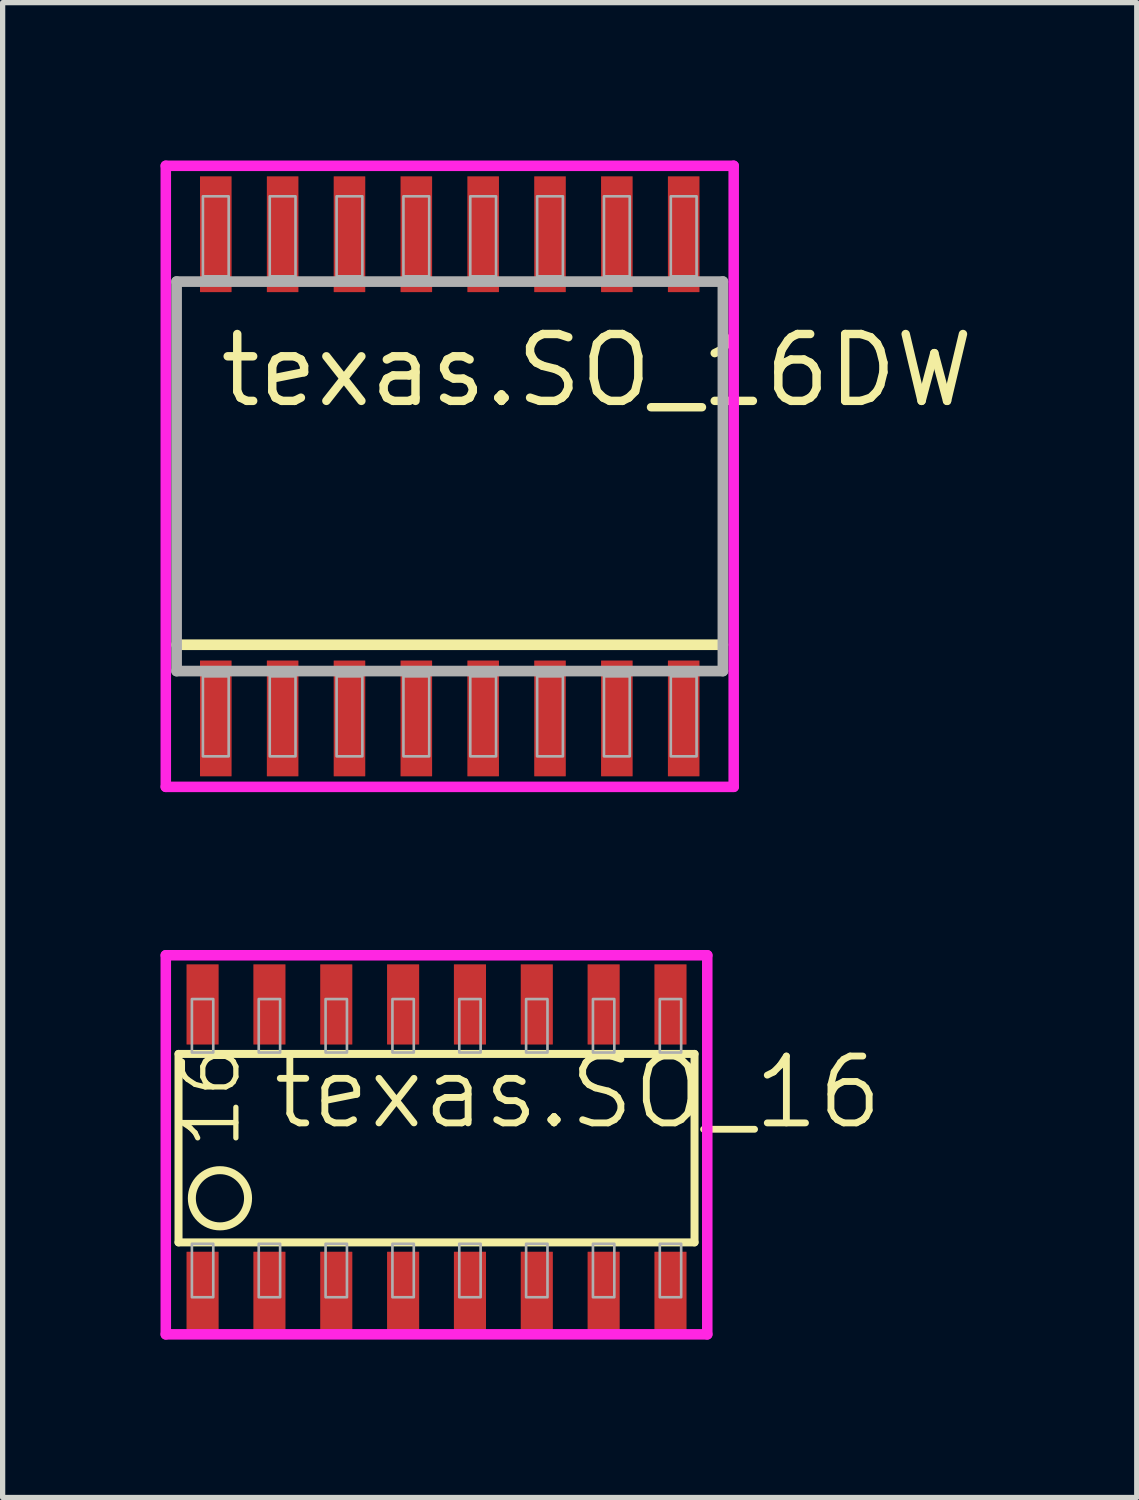
<source format=kicad_pcb>
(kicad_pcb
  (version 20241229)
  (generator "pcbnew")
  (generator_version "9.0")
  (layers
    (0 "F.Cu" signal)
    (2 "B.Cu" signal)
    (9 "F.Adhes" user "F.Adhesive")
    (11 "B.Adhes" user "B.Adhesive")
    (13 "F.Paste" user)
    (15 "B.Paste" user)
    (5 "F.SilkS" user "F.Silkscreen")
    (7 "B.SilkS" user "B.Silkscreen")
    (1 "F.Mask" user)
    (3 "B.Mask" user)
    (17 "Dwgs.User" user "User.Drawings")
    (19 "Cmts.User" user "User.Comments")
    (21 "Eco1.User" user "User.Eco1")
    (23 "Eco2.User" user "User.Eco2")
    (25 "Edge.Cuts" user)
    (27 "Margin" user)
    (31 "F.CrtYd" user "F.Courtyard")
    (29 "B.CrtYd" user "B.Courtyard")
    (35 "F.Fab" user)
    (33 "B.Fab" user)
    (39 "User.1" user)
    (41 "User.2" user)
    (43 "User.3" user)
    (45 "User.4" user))
  (footprint "texas.SO_16DW"
    (layer "F.Cu")
    (at 5.495 6)
    (property "Reference" "texas.SO_16DW" (at -4.445 -1.27 0) (layer "F.SilkS") (effects (font (size 1.27 1.27) (thickness 0.16)) (justify left bottom)))
    (attr smd)
    (fp_line (start 5.19 3.2) (end -5.19 3.2) (stroke (width 0.203) (type default)) (layer "F.SilkS"))
    (fp_line (start -5.395 -5.9) (end 5.395 -5.9) (stroke (width 0.2) (type default)) (layer "F.CrtYd"))
    (fp_line (start -5.395 5.9) (end -5.395 -5.9) (stroke (width 0.2) (type default)) (layer "F.CrtYd"))
    (fp_line (start 5.395 -5.9) (end 5.395 5.9) (stroke (width 0.2) (type default)) (layer "F.CrtYd"))
    (fp_line (start 5.395 5.9) (end -5.395 5.9) (stroke (width 0.2) (type default)) (layer "F.CrtYd"))
    (fp_line (start -5.19 -3.7) (end 5.19 -3.7) (stroke (width 0.203) (type default)) (layer "F.Fab"))
    (fp_line (start -5.19 3.7) (end -5.19 -3.7) (stroke (width 0.203) (type default)) (layer "F.Fab"))
    (fp_line (start 5.19 -3.7) (end 5.19 3.7) (stroke (width 0.203) (type default)) (layer "F.Fab"))
    (fp_line (start 5.19 3.7) (end -5.19 3.7) (stroke (width 0.203) (type default)) (layer "F.Fab"))
    (fp_rect (start -4.69 -3.8) (end -4.2 -5.32) (stroke (width 0.05) (type default)) (fill no) (layer "F.Fab"))
    (fp_rect (start -4.69 5.32) (end -4.2 3.8) (stroke (width 0.05) (type default)) (fill no) (layer "F.Fab"))
    (fp_rect (start -3.42 -3.8) (end -2.93 -5.32) (stroke (width 0.05) (type default)) (fill no) (layer "F.Fab"))
    (fp_rect (start -3.42 5.32) (end -2.93 3.8) (stroke (width 0.05) (type default)) (fill no) (layer "F.Fab"))
    (fp_rect (start -2.15 -3.8) (end -1.66 -5.32) (stroke (width 0.05) (type default)) (fill no) (layer "F.Fab"))
    (fp_rect (start -2.15 5.32) (end -1.66 3.8) (stroke (width 0.05) (type default)) (fill no) (layer "F.Fab"))
    (fp_rect (start -0.88 -3.8) (end -0.39 -5.32) (stroke (width 0.05) (type default)) (fill no) (layer "F.Fab"))
    (fp_rect (start -0.88 5.32) (end -0.39 3.8) (stroke (width 0.05) (type default)) (fill no) (layer "F.Fab"))
    (fp_rect (start 0.39 -3.8) (end 0.88 -5.32) (stroke (width 0.05) (type default)) (fill no) (layer "F.Fab"))
    (fp_rect (start 0.39 5.32) (end 0.88 3.8) (stroke (width 0.05) (type default)) (fill no) (layer "F.Fab"))
    (fp_rect (start 1.66 -3.8) (end 2.15 -5.32) (stroke (width 0.05) (type default)) (fill no) (layer "F.Fab"))
    (fp_rect (start 1.66 5.32) (end 2.15 3.8) (stroke (width 0.05) (type default)) (fill no) (layer "F.Fab"))
    (fp_rect (start 2.93 -3.8) (end 3.42 -5.32) (stroke (width 0.05) (type default)) (fill no) (layer "F.Fab"))
    (fp_rect (start 2.93 5.32) (end 3.42 3.8) (stroke (width 0.05) (type default)) (fill no) (layer "F.Fab"))
    (fp_rect (start 4.2 -3.8) (end 4.69 -5.32) (stroke (width 0.05) (type default)) (fill no) (layer "F.Fab"))
    (fp_rect (start 4.2 5.32) (end 4.69 3.8) (stroke (width 0.05) (type default)) (fill no) (layer "F.Fab"))
    (pad "1" smd roundrect (at -4.445 4.6) (size 0.6 2.2) (layers "F.Cu" "F.Mask" "F.Paste") (roundrect_rratio 0.01))
    (pad "2" smd roundrect (at -3.175 4.6) (size 0.6 2.2) (layers "F.Cu" "F.Mask" "F.Paste") (roundrect_rratio 0.01))
    (pad "3" smd roundrect (at -1.905 4.6) (size 0.6 2.2) (layers "F.Cu" "F.Mask" "F.Paste") (roundrect_rratio 0.01))
    (pad "4" smd roundrect (at -0.635 4.6) (size 0.6 2.2) (layers "F.Cu" "F.Mask" "F.Paste") (roundrect_rratio 0.01))
    (pad "5" smd roundrect (at 0.635 4.6) (size 0.6 2.2) (layers "F.Cu" "F.Mask" "F.Paste") (roundrect_rratio 0.01))
    (pad "6" smd roundrect (at 1.905 4.6) (size 0.6 2.2) (layers "F.Cu" "F.Mask" "F.Paste") (roundrect_rratio 0.01))
    (pad "7" smd roundrect (at 3.175 4.6) (size 0.6 2.2) (layers "F.Cu" "F.Mask" "F.Paste") (roundrect_rratio 0.01))
    (pad "8" smd roundrect (at 4.445 4.6) (size 0.6 2.2) (layers "F.Cu" "F.Mask" "F.Paste") (roundrect_rratio 0.01))
    (pad "9" smd roundrect (at 4.445 -4.6) (size 0.6 2.2) (layers "F.Cu" "F.Mask" "F.Paste") (roundrect_rratio 0.01))
    (pad "10" smd roundrect (at 3.175 -4.6) (size 0.6 2.2) (layers "F.Cu" "F.Mask" "F.Paste") (roundrect_rratio 0.01))
    (pad "11" smd roundrect (at 1.905 -4.6) (size 0.6 2.2) (layers "F.Cu" "F.Mask" "F.Paste") (roundrect_rratio 0.01))
    (pad "12" smd roundrect (at 0.635 -4.6) (size 0.6 2.2) (layers "F.Cu" "F.Mask" "F.Paste") (roundrect_rratio 0.01))
    (pad "13" smd roundrect (at -0.635 -4.6) (size 0.6 2.2) (layers "F.Cu" "F.Mask" "F.Paste") (roundrect_rratio 0.01))
    (pad "14" smd roundrect (at -1.905 -4.6) (size 0.6 2.2) (layers "F.Cu" "F.Mask" "F.Paste") (roundrect_rratio 0.01))
    (pad "15" smd roundrect (at -3.175 -4.6) (size 0.6 2.2) (layers "F.Cu" "F.Mask" "F.Paste") (roundrect_rratio 0.01))
    (pad "16" smd roundrect (at -4.445 -4.6) (size 0.6 2.2) (layers "F.Cu" "F.Mask" "F.Paste") (roundrect_rratio 0.01)))
  (footprint "texas.SO_16"
    (layer "F.Cu")
    (at 5.244 18.701)
    (property "Reference" "texas.SO_16" (at -3.175 -0.254 0) (layer "F.SilkS") (effects (font (size 1.27 1.27) (thickness 0.13)) (justify left bottom)))
    (attr smd)
    (fp_line (start -4.902 -1.727) (end -4.902 1.854) (stroke (width 0.152) (type default)) (layer "F.SilkS"))
    (fp_line (start -4.902 1.854) (end 4.902 1.854) (stroke (width 0.152) (type default)) (layer "F.SilkS"))
    (fp_line (start 4.902 -1.727) (end -4.902 -1.727) (stroke (width 0.152) (type default)) (layer "F.SilkS"))
    (fp_line (start 4.902 1.854) (end 4.902 -1.727) (stroke (width 0.152) (type default)) (layer "F.SilkS"))
    (fp_circle (center -4.115 1.016) (end -3.581 1.016) (stroke (width 0.152) (type default)) (fill no) (layer "F.SilkS"))
    (fp_line (start -5.144 -3.601) (end -5.144 3.601) (stroke (width 0.2) (type default)) (layer "F.CrtYd"))
    (fp_line (start -5.144 3.601) (end 5.144 3.601) (stroke (width 0.2) (type default)) (layer "F.CrtYd"))
    (fp_line (start 5.144 -3.601) (end -5.144 -3.601) (stroke (width 0.2) (type default)) (layer "F.CrtYd"))
    (fp_line (start 5.144 3.601) (end 5.144 -3.601) (stroke (width 0.2) (type default)) (layer "F.CrtYd"))
    (fp_rect (start -4.648 -1.753) (end -4.242 -2.769) (stroke (width 0.05) (type default)) (fill no) (layer "F.Fab"))
    (fp_rect (start -4.648 2.896) (end -4.242 1.88) (stroke (width 0.05) (type default)) (fill no) (layer "F.Fab"))
    (fp_rect (start -3.378 -1.753) (end -2.972 -2.769) (stroke (width 0.05) (type default)) (fill no) (layer "F.Fab"))
    (fp_rect (start -3.378 2.896) (end -2.972 1.88) (stroke (width 0.05) (type default)) (fill no) (layer "F.Fab"))
    (fp_rect (start -2.108 -1.753) (end -1.702 -2.769) (stroke (width 0.05) (type default)) (fill no) (layer "F.Fab"))
    (fp_rect (start -2.108 2.896) (end -1.702 1.88) (stroke (width 0.05) (type default)) (fill no) (layer "F.Fab"))
    (fp_rect (start -0.838 -1.753) (end -0.432 -2.769) (stroke (width 0.05) (type default)) (fill no) (layer "F.Fab"))
    (fp_rect (start -0.838 2.896) (end -0.432 1.88) (stroke (width 0.05) (type default)) (fill no) (layer "F.Fab"))
    (fp_rect (start 0.432 -1.753) (end 0.838 -2.769) (stroke (width 0.05) (type default)) (fill no) (layer "F.Fab"))
    (fp_rect (start 0.432 2.896) (end 0.838 1.88) (stroke (width 0.05) (type default)) (fill no) (layer "F.Fab"))
    (fp_rect (start 1.702 -1.753) (end 2.108 -2.769) (stroke (width 0.05) (type default)) (fill no) (layer "F.Fab"))
    (fp_rect (start 1.702 2.896) (end 2.108 1.88) (stroke (width 0.05) (type default)) (fill no) (layer "F.Fab"))
    (fp_rect (start 2.972 -1.753) (end 3.378 -2.769) (stroke (width 0.05) (type default)) (fill no) (layer "F.Fab"))
    (fp_rect (start 2.972 2.896) (end 3.378 1.88) (stroke (width 0.05) (type default)) (fill no) (layer "F.Fab"))
    (fp_rect (start 4.242 -1.753) (end 4.648 -2.769) (stroke (width 0.05) (type default)) (fill no) (layer "F.Fab"))
    (fp_rect (start 4.242 2.896) (end 4.648 1.88) (stroke (width 0.05) (type default)) (fill no) (layer "F.Fab"))
    (fp_text user "16" (at -3.683 0.127 90) (layer "F.SilkS") (effects (font (size 1.016 1.016) (thickness 0.1)) (justify left bottom)))
    (pad "1" smd roundrect (at -4.445 2.794) (size 0.61 1.524) (layers "F.Cu" "F.Mask" "F.Paste") (roundrect_rratio 0.01))
    (pad "2" smd roundrect (at -3.175 2.794) (size 0.61 1.524) (layers "F.Cu" "F.Mask" "F.Paste") (roundrect_rratio 0.01))
    (pad "3" smd roundrect (at -1.905 2.794) (size 0.61 1.524) (layers "F.Cu" "F.Mask" "F.Paste") (roundrect_rratio 0.01))
    (pad "4" smd roundrect (at -0.635 2.794) (size 0.61 1.524) (layers "F.Cu" "F.Mask" "F.Paste") (roundrect_rratio 0.01))
    (pad "5" smd roundrect (at 0.635 2.794) (size 0.61 1.524) (layers "F.Cu" "F.Mask" "F.Paste") (roundrect_rratio 0.01))
    (pad "6" smd roundrect (at 1.905 2.794) (size 0.61 1.524) (layers "F.Cu" "F.Mask" "F.Paste") (roundrect_rratio 0.01))
    (pad "7" smd roundrect (at 3.175 2.794) (size 0.61 1.524) (layers "F.Cu" "F.Mask" "F.Paste") (roundrect_rratio 0.01))
    (pad "8" smd roundrect (at 4.445 2.794) (size 0.61 1.524) (layers "F.Cu" "F.Mask" "F.Paste") (roundrect_rratio 0.01))
    (pad "9" smd roundrect (at 4.445 -2.667) (size 0.61 1.524) (layers "F.Cu" "F.Mask" "F.Paste") (roundrect_rratio 0.01))
    (pad "10" smd roundrect (at 3.175 -2.667) (size 0.61 1.524) (layers "F.Cu" "F.Mask" "F.Paste") (roundrect_rratio 0.01))
    (pad "11" smd roundrect (at 1.905 -2.667) (size 0.61 1.524) (layers "F.Cu" "F.Mask" "F.Paste") (roundrect_rratio 0.01))
    (pad "12" smd roundrect (at 0.635 -2.667) (size 0.61 1.524) (layers "F.Cu" "F.Mask" "F.Paste") (roundrect_rratio 0.01))
    (pad "13" smd roundrect (at -0.635 -2.667) (size 0.61 1.524) (layers "F.Cu" "F.Mask" "F.Paste") (roundrect_rratio 0.01))
    (pad "14" smd roundrect (at -1.905 -2.667) (size 0.61 1.524) (layers "F.Cu" "F.Mask" "F.Paste") (roundrect_rratio 0.01))
    (pad "15" smd roundrect (at -3.175 -2.667) (size 0.61 1.524) (layers "F.Cu" "F.Mask" "F.Paste") (roundrect_rratio 0.01))
    (pad "16" smd roundrect (at -4.445 -2.667) (size 0.61 1.524) (layers "F.Cu" "F.Mask" "F.Paste") (roundrect_rratio 0.01)))
  (gr_rect
    (start -3 -3)
    (end 18.548 25.402)
    (stroke (width 0.1) (type default))
    (fill no)
    (layer "Edge.Cuts")))
</source>
